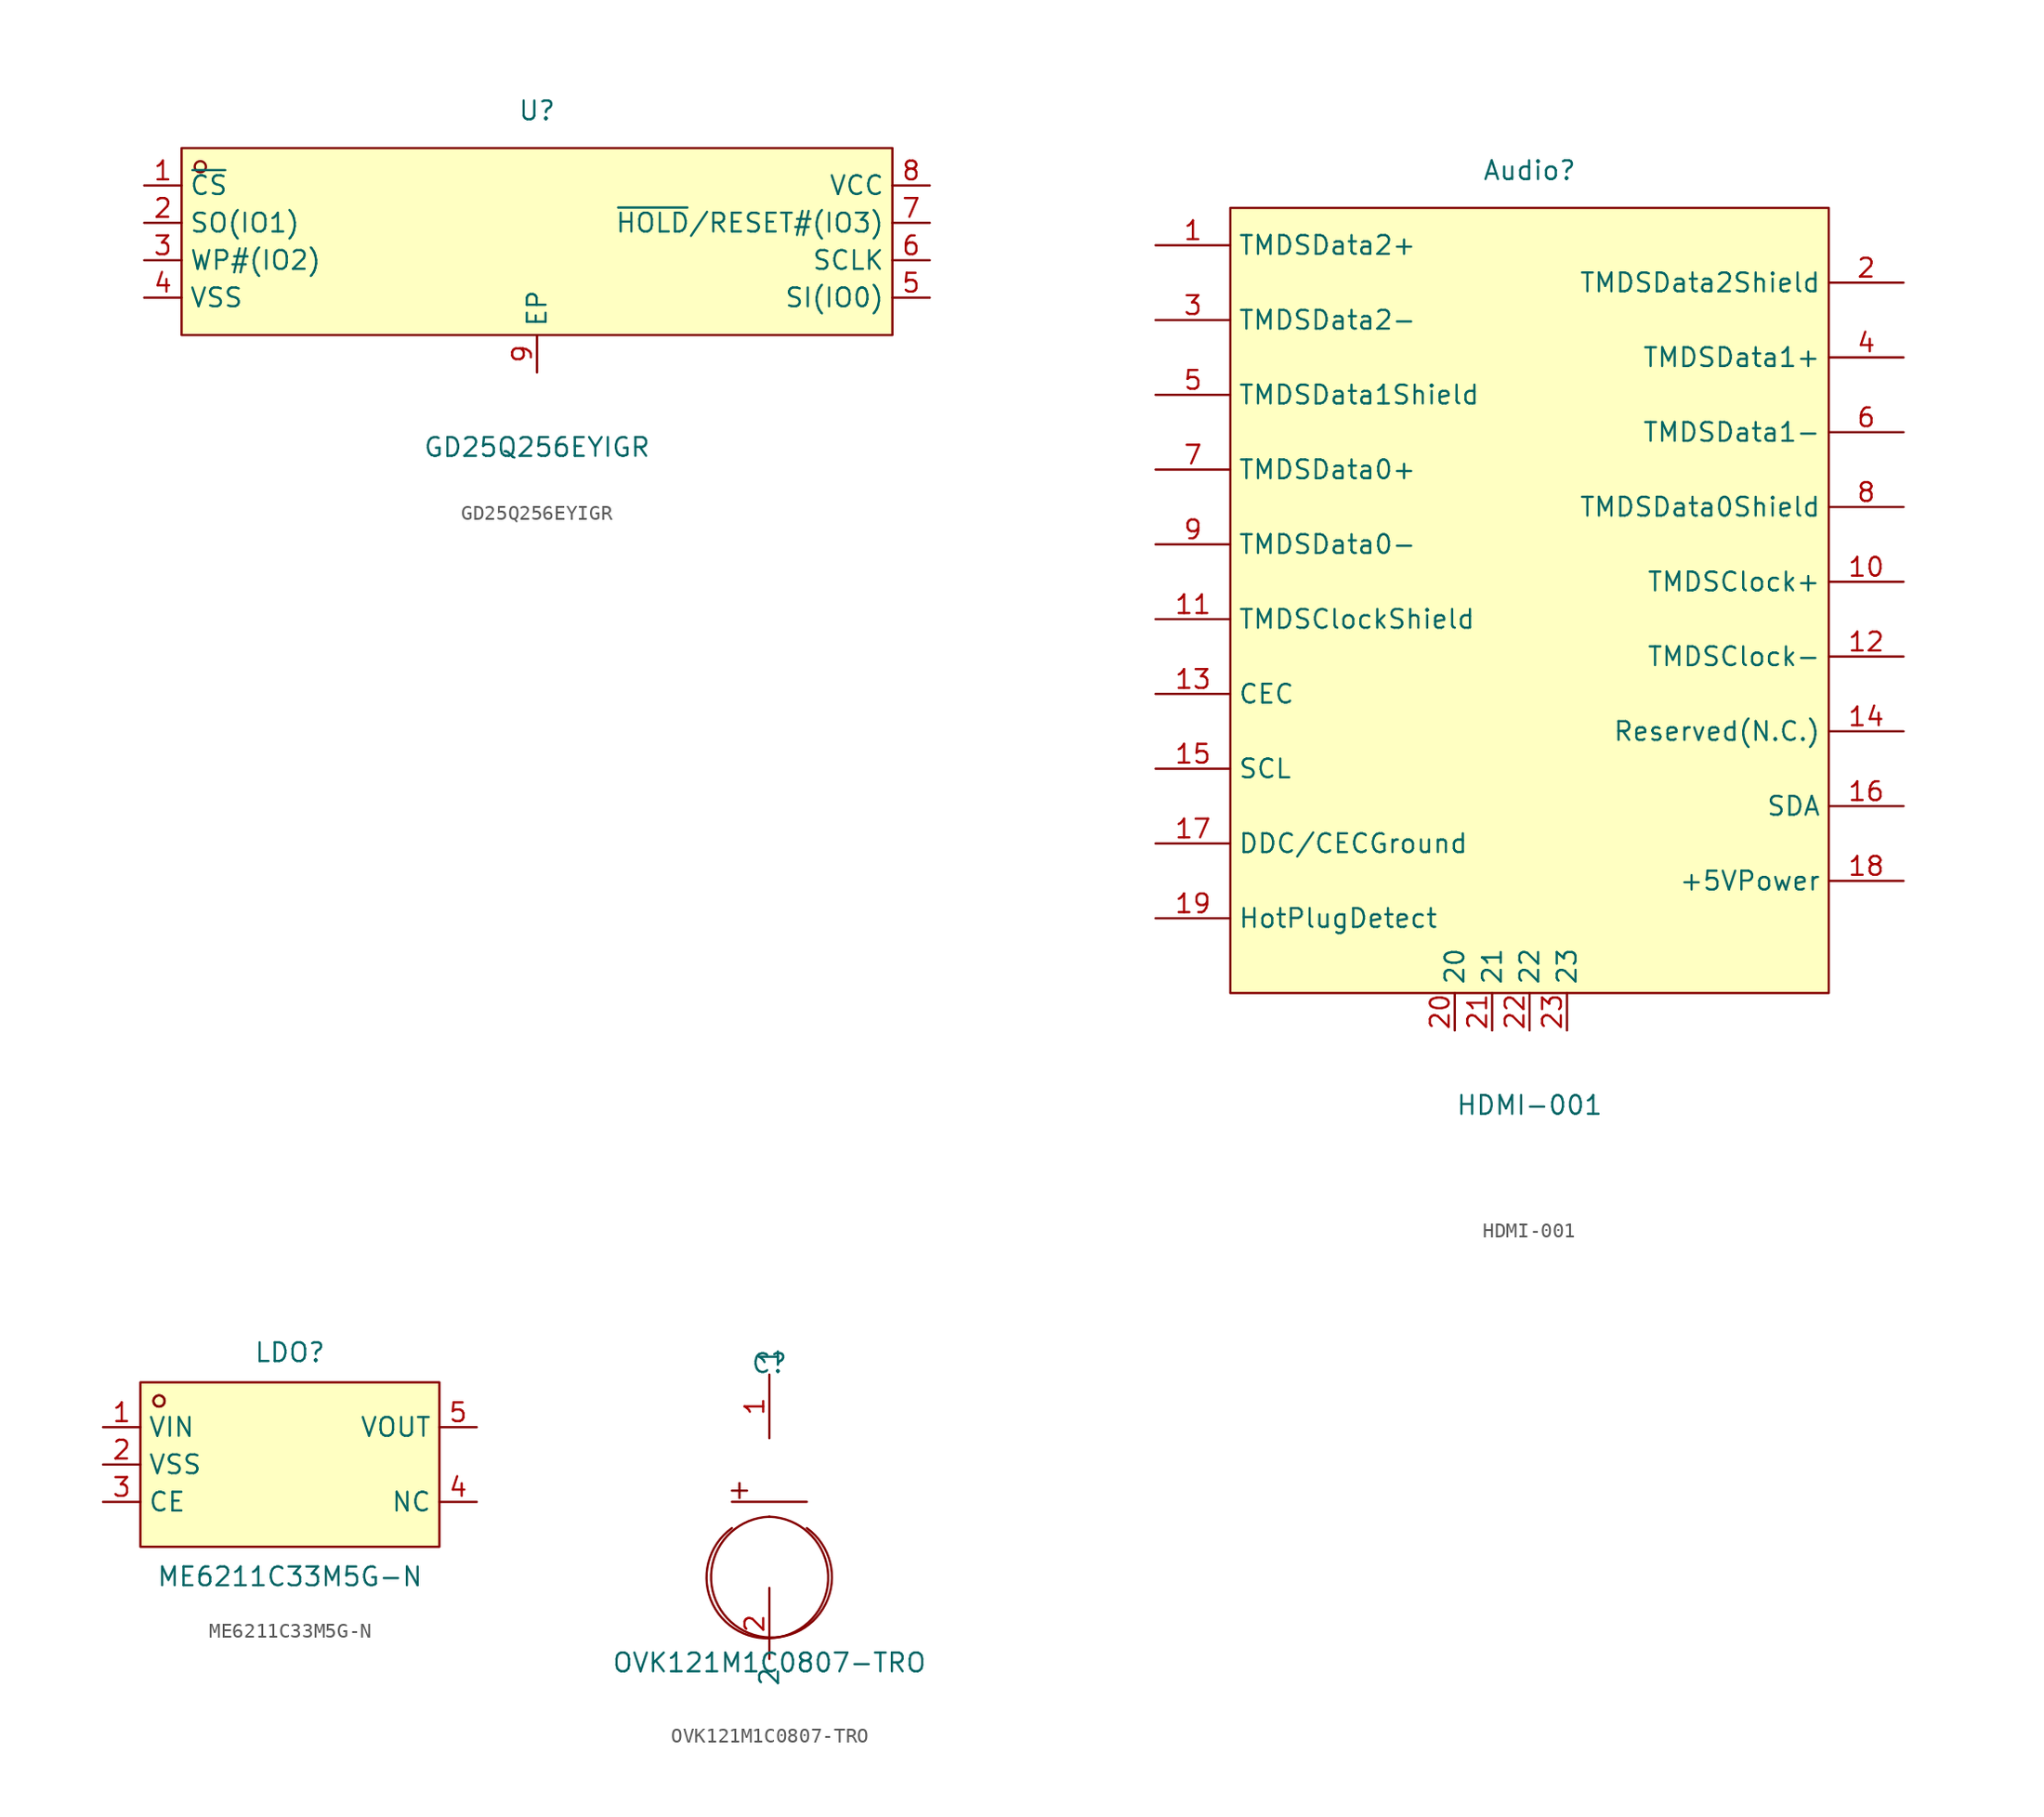
<source format=kicad_sym>
(kicad_symbol_lib
  (version 20241209)
  (generator "kicad_symbol_editor")
  (generator_version "9.0")
  (symbol "GD25Q256EYIGR"
    (property "Reference" "U"
      (at 0 8.89 0)
      (effects (font (size 1.27 1.27))))
    (property "Value" "GD25Q256EYIGR"
      (at 0 -13.97 0)
      (effects (font (size 1.27 1.27))))
    (symbol "GD25Q256EYIGR_0_1"
      (rectangle (start -24.13 6.35) (end 24.13 -6.35) (stroke (width 0) (type default) (color 0 0 0 0)) (fill (type background)))
      (circle (center -22.86 5.08) (radius 0.38) (stroke (width 0) (type default) (color 0 0 0 0)) (fill (type none)))
      (pin unspecified line (at -26.67 3.81 0) (length 2.54) (name "~{CS}" (effects (font (size 1.27 1.27)))) (number "1" (effects (font (size 1.27 1.27)))))
      (pin unspecified line (at -26.67 1.27 0) (length 2.54) (name "SO(IO1)" (effects (font (size 1.27 1.27)))) (number "2" (effects (font (size 1.27 1.27)))))
      (pin unspecified line (at -26.67 -1.27 0) (length 2.54) (name "WP#(IO2)" (effects (font (size 1.27 1.27)))) (number "3" (effects (font (size 1.27 1.27)))))
      (pin unspecified line (at -26.67 -3.81 0) (length 2.54) (name "VSS" (effects (font (size 1.27 1.27)))) (number "4" (effects (font (size 1.27 1.27)))))
      (pin unspecified line (at 26.67 -3.81 180) (length 2.54) (name "SI(IO0)" (effects (font (size 1.27 1.27)))) (number "5" (effects (font (size 1.27 1.27)))))
      (pin unspecified line (at 26.67 -1.27 180) (length 2.54) (name "SCLK" (effects (font (size 1.27 1.27)))) (number "6" (effects (font (size 1.27 1.27)))))
      (pin unspecified line (at 26.67 1.27 180) (length 2.54) (name "~{HOLD}/RESET#(IO3)" (effects (font (size 1.27 1.27)))) (number "7" (effects (font (size 1.27 1.27)))))
      (pin unspecified line (at 26.67 3.81 180) (length 2.54) (name "VCC" (effects (font (size 1.27 1.27)))) (number "8" (effects (font (size 1.27 1.27)))))
      (pin unspecified line (at 0.00 -8.89 90) (length 2.54) (name "EP" (effects (font (size 1.27 1.27)))) (number "9" (effects (font (size 1.27 1.27)))))))
  (symbol "HDMI-001"
    (property "Reference" "Audio"
      (at 0 30.48 0)
      (effects (font (size 1.27 1.27))))
    (property "Value" "HDMI-001"
      (at 0 -33.02 0)
      (effects (font (size 1.27 1.27))))
    (symbol "HDMI-001_0_1"
      (rectangle (start -20.32 27.94) (end 20.32 -25.40) (stroke (width 0) (type default) (color 0 0 0 0)) (fill (type background)))
      (pin unspecified line (at -25.40 -20.32 0) (length 5.08) (name "HotPlugDetect" (effects (font (size 1.27 1.27)))) (number "19" (effects (font (size 1.27 1.27)))))
      (pin unspecified line (at 25.40 -17.78 180) (length 5.08) (name "+5VPower" (effects (font (size 1.27 1.27)))) (number "18" (effects (font (size 1.27 1.27)))))
      (pin unspecified line (at -25.40 -15.24 0) (length 5.08) (name "DDC/CECGround" (effects (font (size 1.27 1.27)))) (number "17" (effects (font (size 1.27 1.27)))))
      (pin unspecified line (at 25.40 -12.70 180) (length 5.08) (name "SDA" (effects (font (size 1.27 1.27)))) (number "16" (effects (font (size 1.27 1.27)))))
      (pin unspecified line (at -25.40 -10.16 0) (length 5.08) (name "SCL" (effects (font (size 1.27 1.27)))) (number "15" (effects (font (size 1.27 1.27)))))
      (pin unspecified line (at 25.40 -7.62 180) (length 5.08) (name "Reserved(N.C.)" (effects (font (size 1.27 1.27)))) (number "14" (effects (font (size 1.27 1.27)))))
      (pin unspecified line (at -25.40 -5.08 0) (length 5.08) (name "CEC" (effects (font (size 1.27 1.27)))) (number "13" (effects (font (size 1.27 1.27)))))
      (pin unspecified line (at 25.40 -2.54 180) (length 5.08) (name "TMDSClock-" (effects (font (size 1.27 1.27)))) (number "12" (effects (font (size 1.27 1.27)))))
      (pin unspecified line (at -25.40 -0.00 0) (length 5.08) (name "TMDSClockShield" (effects (font (size 1.27 1.27)))) (number "11" (effects (font (size 1.27 1.27)))))
      (pin unspecified line (at 25.40 2.54 180) (length 5.08) (name "TMDSClock+" (effects (font (size 1.27 1.27)))) (number "10" (effects (font (size 1.27 1.27)))))
      (pin unspecified line (at -25.40 5.08 0) (length 5.08) (name "TMDSData0-" (effects (font (size 1.27 1.27)))) (number "9" (effects (font (size 1.27 1.27)))))
      (pin unspecified line (at 25.40 7.62 180) (length 5.08) (name "TMDSData0Shield" (effects (font (size 1.27 1.27)))) (number "8" (effects (font (size 1.27 1.27)))))
      (pin unspecified line (at -25.40 10.16 0) (length 5.08) (name "TMDSData0+" (effects (font (size 1.27 1.27)))) (number "7" (effects (font (size 1.27 1.27)))))
      (pin unspecified line (at 25.40 12.70 180) (length 5.08) (name "TMDSData1-" (effects (font (size 1.27 1.27)))) (number "6" (effects (font (size 1.27 1.27)))))
      (pin unspecified line (at -25.40 15.24 0) (length 5.08) (name "TMDSData1Shield" (effects (font (size 1.27 1.27)))) (number "5" (effects (font (size 1.27 1.27)))))
      (pin unspecified line (at 25.40 17.78 180) (length 5.08) (name "TMDSData1+" (effects (font (size 1.27 1.27)))) (number "4" (effects (font (size 1.27 1.27)))))
      (pin unspecified line (at -25.40 20.32 0) (length 5.08) (name "TMDSData2-" (effects (font (size 1.27 1.27)))) (number "3" (effects (font (size 1.27 1.27)))))
      (pin unspecified line (at 25.40 22.86 180) (length 5.08) (name "TMDSData2Shield" (effects (font (size 1.27 1.27)))) (number "2" (effects (font (size 1.27 1.27)))))
      (pin unspecified line (at -25.40 25.40 0) (length 5.08) (name "TMDSData2+" (effects (font (size 1.27 1.27)))) (number "1" (effects (font (size 1.27 1.27)))))
      (pin unspecified line (at 2.54 -27.94 90) (length 2.54) (name "23" (effects (font (size 1.27 1.27)))) (number "23" (effects (font (size 1.27 1.27)))))
      (pin unspecified line (at -5.08 -27.94 90) (length 2.54) (name "20" (effects (font (size 1.27 1.27)))) (number "20" (effects (font (size 1.27 1.27)))))
      (pin unspecified line (at -2.54 -27.94 90) (length 2.54) (name "21" (effects (font (size 1.27 1.27)))) (number "21" (effects (font (size 1.27 1.27)))))
      (pin unspecified line (at 0.00 -27.94 90) (length 2.54) (name "22" (effects (font (size 1.27 1.27)))) (number "22" (effects (font (size 1.27 1.27)))))))
  (symbol "ME6211C33M5G-N"
    (property "Reference" "LDO"
      (at 0 7.62 0)
      (effects (font (size 1.27 1.27))))
    (property "Value" "ME6211C33M5G-N"
      (at 0 -7.62 0)
      (effects (font (size 1.27 1.27))))
    (symbol "ME6211C33M5G-N_0_1"
      (rectangle (start -10.16 5.59) (end 10.16 -5.59) (stroke (width 0) (type default)) (fill (type background)))
      (circle (center -8.89 4.32) (radius 0.38) (stroke (width 0) (type default)) (fill (type none)))
      (circle (center -8.89 4.32) (radius 0.38) (stroke (width 0) (type default)) (fill (type none)))
      (pin unspecified line (at -12.7 2.54 0) (length 2.54) (name "VIN" (effects (font (size 1.27 1.27)))) (number "1" (effects (font (size 1.27 1.27)))))
      (pin unspecified line (at -12.7 0 0) (length 2.54) (name "VSS" (effects (font (size 1.27 1.27)))) (number "2" (effects (font (size 1.27 1.27)))))
      (pin unspecified line (at -12.7 -2.54 0) (length 2.54) (name "CE" (effects (font (size 1.27 1.27)))) (number "3" (effects (font (size 1.27 1.27)))))
      (pin unspecified line (at 12.7 2.54 180) (length 2.54) (name "VOUT" (effects (font (size 1.27 1.27)))) (number "5" (effects (font (size 1.27 1.27)))))
      (pin unspecified line (at 12.7 -2.54 180) (length 2.54) (name "NC" (effects (font (size 1.27 1.27)))) (number "4" (effects (font (size 1.27 1.27)))))))
  (symbol "OVK121M1C0807-TRO"
    (property "Reference" "C"
      (at 0 10.16 0)
      (effects (font (size 1.27 1.27))))
    (property "Value" "OVK121M1C0807-TRO"
      (at 0 -10.16 0)
      (effects (font (size 1.27 1.27))))
    (symbol "OVK121M1C0807-TRO_0_1"
      (rectangle (start -2.54 1.52) (end -1.52 1.52) (stroke (width 0) (type default) (color 0 0 0 0)) (fill (type background)))
      (rectangle (start -2.03 2.03) (end -2.03 1.02) (stroke (width 0) (type default) (color 0 0 0 0)) (fill (type background)))
      (arc (start 0.00 -0.25) (mid 4.23 -4.70) (end 2.54 -1.02) (stroke (width 0) (type default) (color 0 0 0 0)) (fill (type none)))
      (arc (start -2.54 -1.02) (mid 3.94 -3.72) (end 0.00 -0.25) (stroke (width 0) (type default) (color 0 0 0 0)) (fill (type none)))
      (polyline (pts (xy -2.54 0.76) (xy 2.54 0.76)) (stroke (width 0) (type default) (color 0 0 0 0)) (fill (type none)))
      (pin unspecified line (at 0.00 5.08 90) (length 4.318) (name "1" (effects (font (size 1.27 1.27)))) (number "1" (effects (font (size 1.27 1.27)))))
      (pin unspecified line (at 0.00 -5.08 270) (length 4.826) (name "2" (effects (font (size 1.27 1.27)))) (number "2" (effects (font (size 1.27 1.27))))))))
</source>
